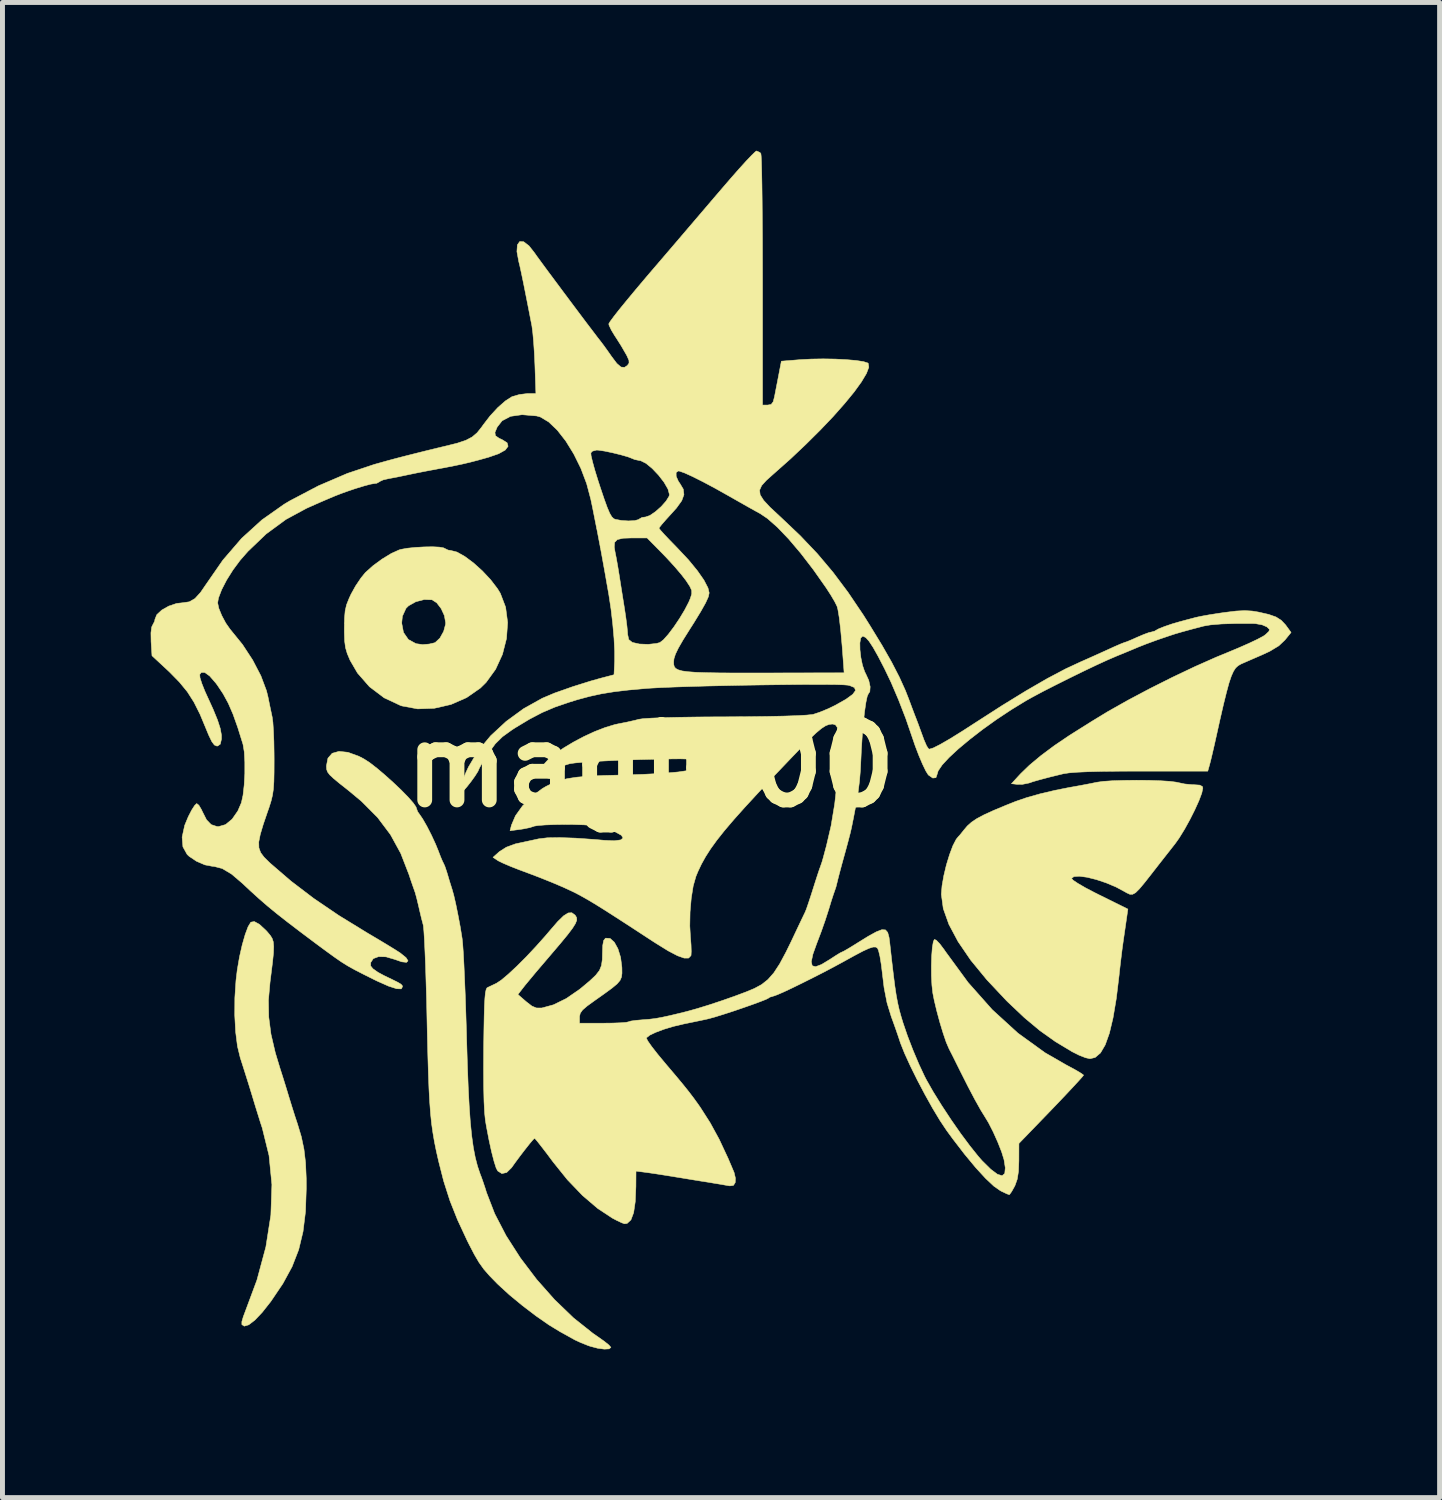
<source format=kicad_pcb>
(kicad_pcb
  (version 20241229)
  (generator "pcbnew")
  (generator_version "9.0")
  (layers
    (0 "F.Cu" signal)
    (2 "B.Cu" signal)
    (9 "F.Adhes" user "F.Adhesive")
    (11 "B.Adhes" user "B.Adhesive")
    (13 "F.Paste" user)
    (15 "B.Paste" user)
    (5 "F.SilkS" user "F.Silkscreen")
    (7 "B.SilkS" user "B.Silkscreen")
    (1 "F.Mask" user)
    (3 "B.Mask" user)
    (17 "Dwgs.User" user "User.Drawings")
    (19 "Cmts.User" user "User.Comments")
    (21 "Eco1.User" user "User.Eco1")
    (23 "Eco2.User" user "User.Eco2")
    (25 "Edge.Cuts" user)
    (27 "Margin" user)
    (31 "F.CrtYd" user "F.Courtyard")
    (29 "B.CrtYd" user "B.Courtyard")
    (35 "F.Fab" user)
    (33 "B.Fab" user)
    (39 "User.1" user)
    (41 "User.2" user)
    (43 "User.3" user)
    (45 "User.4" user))
  (footprint "magi600"
    (layer "F.Cu")
    (at 10.118 12.451)
    (property "Reference" "magi600" (at 0 0 0) (layer "F.SilkS") (effects (font (size 1.524 1.524) (thickness 0.3))))
    (attr through_hole)
    (fp_poly (pts (xy -7.917 3.207) (xy -7.784 3.33) (xy -7.749 3.369) (xy -7.697 3.432) (xy -7.66 3.491) (xy -7.637 3.561) (xy -7.629 3.654) (xy -7.633 3.784) (xy -7.651 3.963) (xy -7.681 4.206) (xy -7.703 4.381) (xy -7.735 4.741) (xy -7.729 5.082) (xy -7.684 5.429) (xy -7.596 5.806) (xy -7.502 6.117) (xy -7.446 6.292) (xy -7.381 6.501) (xy -7.324 6.689) (xy -7.264 6.884) (xy -7.2 7.087) (xy -7.147 7.247) (xy -7.069 7.507) (xy -7.016 7.759) (xy -6.984 8.031) (xy -6.97 8.346) (xy -6.969 8.551) (xy -6.985 9.019) (xy -7.035 9.426) (xy -7.123 9.792) (xy -7.257 10.136) (xy -7.443 10.478) (xy -7.686 10.838) (xy -7.693 10.847) (xy -7.863 11.062) (xy -8.011 11.218) (xy -8.134 11.312) (xy -8.225 11.339) (xy -8.273 11.307) (xy -8.273 11.248) (xy -8.243 11.145) (xy -8.228 11.106) (xy -7.968 10.407) (xy -7.787 9.735) (xy -7.686 9.091) (xy -7.665 8.474) (xy -7.723 7.885) (xy -7.861 7.325) (xy -7.876 7.281) (xy -7.902 7.201) (xy -7.946 7.059) (xy -8.003 6.876) (xy -8.065 6.671) (xy -8.066 6.668) (xy -8.135 6.443) (xy -8.205 6.221) (xy -8.266 6.029) (xy -8.306 5.905) (xy -8.362 5.674) (xy -8.399 5.381) (xy -8.417 5.047) (xy -8.415 4.695) (xy -8.392 4.345) (xy -8.366 4.127) (xy -8.321 3.866) (xy -8.266 3.623) (xy -8.206 3.413) (xy -8.147 3.255) (xy -8.092 3.164) (xy -8.091 3.163) (xy -8.021 3.15) (xy -7.917 3.207)) (stroke (width 0.01) (type solid)) (fill yes) (layer "F.SilkS"))
    (fp_poly (pts (xy -4.274 -4.428) (xy -4.19 -4.413) (xy -4.177 -4.406) (xy -4.099 -4.368) (xy -4.045 -4.36) (xy -3.919 -4.328) (xy -3.761 -4.239) (xy -3.585 -4.108) (xy -3.406 -3.947) (xy -3.239 -3.769) (xy -3.101 -3.589) (xy -3.042 -3.493) (xy -2.935 -3.213) (xy -2.894 -2.902) (xy -2.917 -2.578) (xy -2.999 -2.257) (xy -3.137 -1.956) (xy -3.328 -1.692) (xy -3.444 -1.577) (xy -3.724 -1.382) (xy -4.041 -1.243) (xy -4.378 -1.166) (xy -4.715 -1.154) (xy -5.032 -1.213) (xy -5.061 -1.222) (xy -5.394 -1.378) (xy -5.69 -1.602) (xy -5.933 -1.88) (xy -6.083 -2.138) (xy -6.14 -2.273) (xy -6.175 -2.393) (xy -6.193 -2.527) (xy -6.199 -2.705) (xy -6.199 -2.794) (xy -6.197 -2.891) (xy -5.038 -2.891) (xy -5.002 -2.701) (xy -4.903 -2.558) (xy -4.749 -2.474) (xy -4.615 -2.455) (xy -4.482 -2.466) (xy -4.375 -2.491) (xy -4.358 -2.499) (xy -4.265 -2.586) (xy -4.189 -2.722) (xy -4.15 -2.868) (xy -4.149 -2.899) (xy -4.174 -3.042) (xy -4.24 -3.185) (xy -4.329 -3.301) (xy -4.424 -3.362) (xy -4.424 -3.362) (xy -4.582 -3.367) (xy -4.754 -3.322) (xy -4.9 -3.24) (xy -4.951 -3.189) (xy -5.024 -3.029) (xy -5.038 -2.891) (xy -6.197 -2.891) (xy -6.195 -2.994) (xy -6.182 -3.14) (xy -6.154 -3.261) (xy -6.104 -3.387) (xy -6.064 -3.474) (xy -5.971 -3.642) (xy -5.862 -3.804) (xy -5.774 -3.912) (xy -5.618 -4.052) (xy -5.435 -4.186) (xy -5.25 -4.299) (xy -5.091 -4.371) (xy -5.059 -4.381) (xy -4.929 -4.405) (xy -4.763 -4.422) (xy -4.584 -4.432) (xy -4.413 -4.435) (xy -4.274 -4.428)) (stroke (width 0.01) (type solid)) (fill yes) (layer "F.SilkS"))
    (fp_poly (pts (xy 10.08 0.292) (xy 10.31 0.3) (xy 10.503 0.312) (xy 10.637 0.329) (xy 10.668 0.336) (xy 10.811 0.366) (xy 10.972 0.381) (xy 10.996 0.381) (xy 11.115 0.389) (xy 11.168 0.418) (xy 11.176 0.45) (xy 11.155 0.55) (xy 11.098 0.702) (xy 11.014 0.888) (xy 10.913 1.089) (xy 10.804 1.286) (xy 10.696 1.461) (xy 10.614 1.576) (xy 10.479 1.748) (xy 10.322 1.948) (xy 10.173 2.139) (xy 10.147 2.173) (xy 10 2.36) (xy 9.893 2.488) (xy 9.815 2.566) (xy 9.754 2.599) (xy 9.698 2.598) (xy 9.635 2.569) (xy 9.601 2.549) (xy 9.421 2.452) (xy 9.222 2.368) (xy 9.022 2.301) (xy 8.835 2.254) (xy 8.679 2.233) (xy 8.568 2.24) (xy 8.519 2.276) (xy 8.55 2.313) (xy 8.647 2.378) (xy 8.8 2.467) (xy 9.001 2.572) (xy 9.081 2.612) (xy 9.659 2.898) (xy 9.638 3.047) (xy 9.621 3.164) (xy 9.597 3.33) (xy 9.571 3.509) (xy 9.57 3.514) (xy 9.543 3.709) (xy 9.514 3.946) (xy 9.487 4.179) (xy 9.482 4.233) (xy 9.425 4.706) (xy 9.359 5.098) (xy 9.285 5.41) (xy 9.2 5.647) (xy 9.105 5.809) (xy 8.997 5.901) (xy 8.893 5.926) (xy 8.801 5.906) (xy 8.667 5.853) (xy 8.53 5.784) (xy 8.193 5.581) (xy 7.878 5.357) (xy 7.564 5.095) (xy 7.23 4.779) (xy 7.195 4.744) (xy 6.804 4.328) (xy 6.479 3.932) (xy 6.223 3.557) (xy 6.037 3.208) (xy 5.923 2.888) (xy 5.884 2.6) (xy 5.884 2.596) (xy 5.898 2.425) (xy 5.934 2.221) (xy 5.986 2.004) (xy 6.05 1.795) (xy 6.117 1.616) (xy 6.184 1.486) (xy 6.222 1.439) (xy 6.263 1.394) (xy 6.329 1.312) (xy 6.338 1.3) (xy 6.41 1.215) (xy 6.495 1.139) (xy 6.604 1.066) (xy 6.749 0.989) (xy 6.942 0.901) (xy 7.196 0.795) (xy 7.387 0.719) (xy 7.605 0.644) (xy 7.88 0.566) (xy 8.185 0.494) (xy 8.492 0.433) (xy 8.53 0.427) (xy 8.718 0.393) (xy 8.906 0.357) (xy 9.032 0.331) (xy 9.162 0.313) (xy 9.352 0.3) (xy 9.581 0.293) (xy 9.83 0.29) (xy 10.08 0.292)) (stroke (width 0.01) (type solid)) (fill yes) (layer "F.SilkS"))
    (fp_poly (pts (xy -6.126 -0.275) (xy -5.906 -0.195) (xy -5.804 -0.142) (xy -5.686 -0.066) (xy -5.539 0.048) (xy -5.375 0.187) (xy -5.206 0.339) (xy -5.046 0.491) (xy -4.908 0.632) (xy -4.804 0.75) (xy -4.748 0.832) (xy -4.741 0.854) (xy -4.716 0.925) (xy -4.684 0.97) (xy -4.616 1.069) (xy -4.529 1.22) (xy -4.437 1.4) (xy -4.353 1.582) (xy -4.299 1.714) (xy -4.25 1.842) (xy -4.209 1.938) (xy -4.193 1.968) (xy -4.164 2.032) (xy -4.126 2.145) (xy -4.109 2.201) (xy -4.067 2.343) (xy -4.028 2.467) (xy -4.018 2.498) (xy -3.984 2.619) (xy -3.942 2.802) (xy -3.897 3.025) (xy -3.852 3.264) (xy -3.815 3.493) (xy -3.804 3.6) (xy -3.791 3.782) (xy -3.778 4.026) (xy -3.765 4.321) (xy -3.751 4.657) (xy -3.739 5.022) (xy -3.727 5.405) (xy -3.725 5.503) (xy -3.709 6.036) (xy -3.692 6.492) (xy -3.672 6.881) (xy -3.649 7.211) (xy -3.621 7.489) (xy -3.588 7.725) (xy -3.549 7.927) (xy -3.503 8.103) (xy -3.449 8.263) (xy -3.427 8.319) (xy -3.396 8.406) (xy -3.351 8.539) (xy -3.321 8.636) (xy -3.156 9.063) (xy -2.925 9.508) (xy -2.638 9.956) (xy -2.308 10.392) (xy -1.945 10.802) (xy -1.562 11.171) (xy -1.169 11.484) (xy -1.065 11.556) (xy -0.939 11.645) (xy -0.846 11.72) (xy -0.805 11.767) (xy -0.804 11.77) (xy -0.841 11.799) (xy -0.937 11.804) (xy -1.071 11.786) (xy -1.223 11.746) (xy -1.27 11.73) (xy -1.41 11.674) (xy -1.534 11.617) (xy -1.566 11.599) (xy -1.674 11.539) (xy -1.805 11.466) (xy -1.83 11.453) (xy -2.058 11.314) (xy -2.321 11.131) (xy -2.594 10.923) (xy -2.856 10.707) (xy -3.081 10.501) (xy -3.107 10.476) (xy -3.258 10.321) (xy -3.375 10.187) (xy -3.473 10.05) (xy -3.568 9.888) (xy -3.677 9.678) (xy -3.713 9.606) (xy -3.908 9.187) (xy -4.062 8.799) (xy -4.188 8.405) (xy -4.291 8.001) (xy -4.337 7.798) (xy -4.375 7.611) (xy -4.406 7.429) (xy -4.433 7.241) (xy -4.454 7.037) (xy -4.471 6.806) (xy -4.486 6.538) (xy -4.498 6.223) (xy -4.509 5.851) (xy -4.52 5.41) (xy -4.526 5.122) (xy -4.534 4.739) (xy -4.545 4.377) (xy -4.555 4.047) (xy -4.567 3.758) (xy -4.578 3.521) (xy -4.589 3.344) (xy -4.599 3.238) (xy -4.603 3.217) (xy -4.637 3.088) (xy -4.676 2.924) (xy -4.696 2.836) (xy -4.731 2.69) (xy -4.764 2.568) (xy -4.781 2.519) (xy -4.812 2.432) (xy -4.858 2.299) (xy -4.89 2.201) (xy -5.057 1.771) (xy -5.265 1.391) (xy -5.525 1.045) (xy -5.85 0.718) (xy -6.114 0.498) (xy -6.294 0.356) (xy -6.417 0.254) (xy -6.495 0.181) (xy -6.538 0.124) (xy -6.557 0.071) (xy -6.561 0.012) (xy -6.561 -0.001) (xy -6.531 -0.156) (xy -6.445 -0.255) (xy -6.307 -0.294) (xy -6.126 -0.275)) (stroke (width 0.01) (type solid)) (fill yes) (layer "F.SilkS"))
    (fp_poly (pts (xy 2.212 -12.415) (xy 2.231 -12.393) (xy 2.237 -12.342) (xy 2.243 -12.214) (xy 2.248 -12.017) (xy 2.253 -11.757) (xy 2.257 -11.443) (xy 2.26 -11.082) (xy 2.263 -10.682) (xy 2.264 -10.25) (xy 2.265 -9.821) (xy 2.265 -7.303) (xy 2.369 -7.303) (xy 2.44 -7.316) (xy 2.481 -7.371) (xy 2.507 -7.472) (xy 2.533 -7.607) (xy 2.567 -7.781) (xy 2.593 -7.916) (xy 2.646 -8.191) (xy 3.027 -8.222) (xy 3.252 -8.234) (xy 3.494 -8.238) (xy 3.736 -8.234) (xy 3.964 -8.222) (xy 4.161 -8.205) (xy 4.309 -8.182) (xy 4.394 -8.155) (xy 4.404 -8.147) (xy 4.416 -8.069) (xy 4.368 -7.942) (xy 4.267 -7.773) (xy 4.118 -7.567) (xy 3.925 -7.332) (xy 3.695 -7.072) (xy 3.432 -6.796) (xy 3.142 -6.508) (xy 2.831 -6.214) (xy 2.503 -5.923) (xy 2.487 -5.909) (xy 2.342 -5.779) (xy 2.247 -5.674) (xy 2.205 -5.58) (xy 2.217 -5.485) (xy 2.287 -5.375) (xy 2.415 -5.237) (xy 2.606 -5.059) (xy 2.635 -5.032) (xy 3.028 -4.659) (xy 3.374 -4.295) (xy 3.691 -3.919) (xy 3.996 -3.512) (xy 4.305 -3.054) (xy 4.442 -2.836) (xy 4.683 -2.441) (xy 4.878 -2.099) (xy 5.033 -1.798) (xy 5.157 -1.524) (xy 5.225 -1.35) (xy 5.285 -1.189) (xy 5.337 -1.051) (xy 5.372 -0.961) (xy 5.375 -0.953) (xy 5.413 -0.854) (xy 5.458 -0.73) (xy 5.462 -0.72) (xy 5.533 -0.526) (xy 5.586 -0.404) (xy 5.625 -0.346) (xy 5.642 -0.339) (xy 5.72 -0.363) (xy 5.861 -0.434) (xy 6.06 -0.549) (xy 6.311 -0.705) (xy 6.562 -0.867) (xy 7.111 -1.22) (xy 7.599 -1.52) (xy 8.028 -1.768) (xy 8.401 -1.965) (xy 8.702 -2.105) (xy 8.847 -2.169) (xy 9.032 -2.252) (xy 9.22 -2.337) (xy 9.242 -2.347) (xy 9.393 -2.416) (xy 9.513 -2.468) (xy 9.582 -2.495) (xy 9.591 -2.498) (xy 9.64 -2.514) (xy 9.741 -2.556) (xy 9.846 -2.603) (xy 9.98 -2.66) (xy 10.086 -2.699) (xy 10.133 -2.709) (xy 10.205 -2.729) (xy 10.217 -2.738) (xy 10.28 -2.773) (xy 10.4 -2.821) (xy 10.555 -2.874) (xy 10.71 -2.919) (xy 10.855 -2.958) (xy 11.011 -2.999) (xy 11.028 -3.004) (xy 11.144 -3.029) (xy 11.317 -3.06) (xy 11.516 -3.091) (xy 11.621 -3.106) (xy 11.85 -3.134) (xy 12.026 -3.143) (xy 12.176 -3.134) (xy 12.298 -3.114) (xy 12.509 -3.066) (xy 12.657 -3.014) (xy 12.763 -2.947) (xy 12.849 -2.856) (xy 12.863 -2.837) (xy 12.962 -2.701) (xy 12.837 -2.547) (xy 12.713 -2.43) (xy 12.529 -2.319) (xy 12.378 -2.249) (xy 12.212 -2.177) (xy 12.065 -2.113) (xy 11.962 -2.068) (xy 11.945 -2.06) (xy 11.89 -2.028) (xy 11.841 -1.983) (xy 11.797 -1.916) (xy 11.753 -1.818) (xy 11.706 -1.679) (xy 11.655 -1.491) (xy 11.594 -1.245) (xy 11.522 -0.932) (xy 11.456 -0.635) (xy 11.41 -0.429) (xy 11.367 -0.243) (xy 11.332 -0.097) (xy 11.312 -0.021) (xy 11.276 0.106) (xy 9.924 0.106) (xy 9.491 0.107) (xy 9.137 0.111) (xy 8.853 0.118) (xy 8.632 0.128) (xy 8.469 0.141) (xy 8.357 0.158) (xy 8.34 0.162) (xy 8.078 0.226) (xy 7.885 0.277) (xy 7.744 0.317) (xy 7.656 0.347) (xy 7.526 0.373) (xy 7.423 0.374) (xy 7.303 0.36) (xy 7.489 0.158) (xy 7.667 -0.014) (xy 7.901 -0.209) (xy 8.173 -0.412) (xy 8.464 -0.609) (xy 8.543 -0.659) (xy 8.689 -0.751) (xy 8.82 -0.833) (xy 8.907 -0.888) (xy 8.908 -0.889) (xy 9.253 -1.099) (xy 9.657 -1.327) (xy 10.1 -1.562) (xy 10.56 -1.793) (xy 11.017 -2.01) (xy 11.45 -2.202) (xy 11.669 -2.292) (xy 11.899 -2.388) (xy 12.108 -2.48) (xy 12.281 -2.562) (xy 12.401 -2.626) (xy 12.445 -2.657) (xy 12.514 -2.723) (xy 12.524 -2.764) (xy 12.479 -2.808) (xy 12.47 -2.815) (xy 12.377 -2.855) (xy 12.244 -2.879) (xy 12.194 -2.882) (xy 11.848 -2.882) (xy 11.557 -2.873) (xy 11.331 -2.854) (xy 11.197 -2.831) (xy 10.952 -2.767) (xy 10.766 -2.716) (xy 10.618 -2.673) (xy 10.52 -2.641) (xy 10.261 -2.553) (xy 10.032 -2.469) (xy 9.857 -2.4) (xy 9.842 -2.393) (xy 9.739 -2.35) (xy 9.59 -2.288) (xy 9.425 -2.221) (xy 9.419 -2.218) (xy 9.247 -2.144) (xy 9.02 -2.04) (xy 8.756 -1.914) (xy 8.476 -1.777) (xy 8.198 -1.638) (xy 7.941 -1.507) (xy 7.726 -1.392) (xy 7.599 -1.321) (xy 7.298 -1.137) (xy 7.001 -0.94) (xy 6.719 -0.738) (xy 6.459 -0.537) (xy 6.23 -0.346) (xy 6.041 -0.171) (xy 5.901 -0.02) (xy 5.819 0.101) (xy 5.8 0.165) (xy 5.775 0.238) (xy 5.711 0.246) (xy 5.627 0.188) (xy 5.617 0.178) (xy 5.569 0.101) (xy 5.503 -0.036) (xy 5.428 -0.213) (xy 5.353 -0.409) (xy 5.29 -0.593) (xy 5.165 -0.957) (xy 5.019 -1.334) (xy 4.867 -1.69) (xy 4.734 -1.968) (xy 4.604 -2.219) (xy 4.502 -2.4) (xy 4.422 -2.522) (xy 4.359 -2.593) (xy 4.306 -2.623) (xy 4.288 -2.625) (xy 4.252 -2.587) (xy 4.235 -2.489) (xy 4.237 -2.351) (xy 4.255 -2.194) (xy 4.287 -2.039) (xy 4.332 -1.907) (xy 4.356 -1.859) (xy 4.415 -1.73) (xy 4.443 -1.602) (xy 4.436 -1.502) (xy 4.409 -1.464) (xy 4.384 -1.41) (xy 4.357 -1.283) (xy 4.33 -1.099) (xy 4.305 -0.869) (xy 4.283 -0.607) (xy 4.265 -0.326) (xy 4.257 -0.148) (xy 4.245 0.092) (xy 4.227 0.309) (xy 4.2 0.525) (xy 4.161 0.762) (xy 4.107 1.045) (xy 4.066 1.249) (xy 4.039 1.365) (xy 3.995 1.534) (xy 3.943 1.727) (xy 3.917 1.82) (xy 3.866 2.005) (xy 3.822 2.17) (xy 3.791 2.29) (xy 3.782 2.328) (xy 3.752 2.448) (xy 3.728 2.519) (xy 3.7 2.599) (xy 3.656 2.734) (xy 3.607 2.896) (xy 3.599 2.921) (xy 3.535 3.12) (xy 3.454 3.351) (xy 3.372 3.567) (xy 3.363 3.59) (xy 3.284 3.811) (xy 3.252 3.962) (xy 3.27 4.045) (xy 3.339 4.064) (xy 3.459 4.019) (xy 3.629 3.916) (xy 3.747 3.839) (xy 3.835 3.785) (xy 3.871 3.768) (xy 3.915 3.747) (xy 4.012 3.691) (xy 4.142 3.611) (xy 4.18 3.587) (xy 4.403 3.449) (xy 4.566 3.359) (xy 4.679 3.315) (xy 4.753 3.319) (xy 4.798 3.37) (xy 4.825 3.468) (xy 4.84 3.584) (xy 4.88 3.942) (xy 4.914 4.229) (xy 4.943 4.458) (xy 4.971 4.643) (xy 5 4.798) (xy 5.031 4.935) (xy 5.068 5.068) (xy 5.107 5.197) (xy 5.198 5.463) (xy 5.31 5.754) (xy 5.43 6.038) (xy 5.545 6.284) (xy 5.578 6.348) (xy 5.716 6.591) (xy 5.887 6.867) (xy 6.077 7.156) (xy 6.274 7.439) (xy 6.465 7.695) (xy 6.635 7.907) (xy 6.708 7.99) (xy 6.884 8.164) (xy 7.019 8.265) (xy 7.114 8.294) (xy 7.167 8.25) (xy 7.178 8.134) (xy 7.153 7.972) (xy 7.105 7.815) (xy 7.027 7.617) (xy 6.934 7.409) (xy 6.838 7.221) (xy 6.772 7.112) (xy 6.68 6.963) (xy 6.562 6.752) (xy 6.425 6.492) (xy 6.277 6.199) (xy 6.268 6.181) (xy 6.183 6.01) (xy 6.107 5.857) (xy 6.05 5.746) (xy 6.035 5.715) (xy 5.982 5.592) (xy 5.92 5.409) (xy 5.854 5.192) (xy 5.792 4.962) (xy 5.74 4.745) (xy 5.711 4.597) (xy 5.693 4.438) (xy 5.683 4.247) (xy 5.682 4.043) (xy 5.688 3.847) (xy 5.701 3.679) (xy 5.721 3.56) (xy 5.742 3.513) (xy 5.781 3.527) (xy 5.852 3.601) (xy 5.943 3.722) (xy 5.963 3.752) (xy 6.425 4.383) (xy 6.914 4.934) (xy 7.433 5.408) (xy 7.982 5.805) (xy 8.414 6.054) (xy 8.566 6.135) (xy 8.684 6.203) (xy 8.752 6.249) (xy 8.762 6.26) (xy 8.733 6.297) (xy 8.654 6.385) (xy 8.533 6.516) (xy 8.378 6.681) (xy 8.198 6.87) (xy 8.108 6.964) (xy 7.454 7.641) (xy 7.453 7.992) (xy 7.445 8.206) (xy 7.42 8.364) (xy 7.375 8.491) (xy 7.365 8.511) (xy 7.309 8.612) (xy 7.267 8.671) (xy 7.258 8.678) (xy 7.21 8.661) (xy 7.116 8.617) (xy 7.079 8.598) (xy 6.947 8.506) (xy 6.779 8.348) (xy 6.579 8.13) (xy 6.355 7.86) (xy 6.112 7.544) (xy 5.99 7.377) (xy 5.856 7.176) (xy 5.706 6.927) (xy 5.55 6.647) (xy 5.397 6.357) (xy 5.257 6.074) (xy 5.14 5.818) (xy 5.056 5.607) (xy 5.036 5.546) (xy 5.007 5.459) (xy 4.958 5.317) (xy 4.897 5.147) (xy 4.872 5.08) (xy 4.785 4.797) (xy 4.725 4.489) (xy 4.694 4.233) (xy 4.669 4.027) (xy 4.641 3.855) (xy 4.612 3.735) (xy 4.591 3.688) (xy 4.556 3.666) (xy 4.503 3.666) (xy 4.42 3.692) (xy 4.297 3.748) (xy 4.123 3.84) (xy 3.895 3.966) (xy 3.714 4.064) (xy 3.508 4.173) (xy 3.288 4.285) (xy 3.07 4.394) (xy 2.868 4.493) (xy 2.696 4.574) (xy 2.567 4.63) (xy 2.497 4.656) (xy 2.491 4.657) (xy 2.408 4.682) (xy 2.39 4.697) (xy 2.336 4.725) (xy 2.219 4.771) (xy 2.056 4.831) (xy 1.865 4.898) (xy 1.663 4.967) (xy 1.468 5.03) (xy 1.297 5.083) (xy 1.168 5.118) (xy 1.143 5.124) (xy 1.028 5.149) (xy 0.864 5.183) (xy 0.684 5.22) (xy 0.665 5.224) (xy 0.462 5.272) (xy 0.27 5.33) (xy 0.104 5.392) (xy -0.018 5.45) (xy -0.08 5.499) (xy -0.085 5.512) (xy -0.057 5.568) (xy 0.02 5.678) (xy 0.141 5.833) (xy 0.298 6.022) (xy 0.324 6.053) (xy 0.514 6.277) (xy 0.661 6.454) (xy 0.777 6.599) (xy 0.875 6.728) (xy 0.968 6.857) (xy 1.012 6.921) (xy 1.205 7.223) (xy 1.387 7.556) (xy 1.567 7.941) (xy 1.689 8.228) (xy 1.716 8.343) (xy 1.712 8.433) (xy 1.676 8.49) (xy 1.604 8.5) (xy 1.552 8.492) (xy 1.435 8.471) (xy 1.276 8.445) (xy 1.164 8.426) (xy 1.003 8.401) (xy 0.796 8.367) (xy 0.578 8.331) (xy 0.508 8.32) (xy 0.305 8.287) (xy 0.108 8.256) (xy -0.05 8.233) (xy -0.095 8.227) (xy -0.296 8.201) (xy -0.298 8.514) (xy -0.311 8.818) (xy -0.344 9.043) (xy -0.399 9.189) (xy -0.476 9.26) (xy -0.529 9.267) (xy -0.587 9.246) (xy -0.692 9.196) (xy -0.777 9.151) (xy -1.071 8.957) (xy -1.378 8.695) (xy -1.684 8.376) (xy -1.972 8.018) (xy -2.101 7.845) (xy -2.213 7.7) (xy -2.296 7.594) (xy -2.343 7.54) (xy -2.349 7.535) (xy -2.382 7.567) (xy -2.452 7.65) (xy -2.545 7.768) (xy -2.65 7.905) (xy -2.752 8.043) (xy -2.815 8.132) (xy -2.913 8.229) (xy -3.011 8.251) (xy -3.094 8.198) (xy -3.126 8.139) (xy -3.169 8.004) (xy -3.22 7.806) (xy -3.272 7.567) (xy -3.322 7.306) (xy -3.344 7.176) (xy -3.36 7.022) (xy -3.372 6.792) (xy -3.379 6.491) (xy -3.381 6.126) (xy -3.379 5.706) (xy -3.379 5.698) (xy -3.374 5.344) (xy -3.369 5.066) (xy -3.363 4.854) (xy -3.354 4.7) (xy -3.344 4.595) (xy -3.33 4.53) (xy -3.314 4.495) (xy -3.302 4.486) (xy -3.218 4.446) (xy -3.119 4.399) (xy -3.021 4.334) (xy -2.88 4.215) (xy -2.708 4.055) (xy -2.518 3.865) (xy -2.322 3.656) (xy -2.13 3.441) (xy -2.039 3.334) (xy -1.881 3.151) (xy -1.761 3.034) (xy -1.668 2.976) (xy -1.595 2.972) (xy -1.532 3.017) (xy -1.523 3.028) (xy -1.498 3.071) (xy -1.495 3.122) (xy -1.522 3.191) (xy -1.582 3.287) (xy -1.682 3.419) (xy -1.828 3.596) (xy -2.01 3.81) (xy -2.172 4) (xy -2.324 4.178) (xy -2.451 4.331) (xy -2.543 4.442) (xy -2.575 4.483) (xy -2.686 4.626) (xy -2.518 4.772) (xy -2.403 4.861) (xy -2.312 4.899) (xy -2.21 4.9) (xy -2.2 4.899) (xy -1.966 4.835) (xy -1.707 4.708) (xy -1.443 4.526) (xy -1.411 4.501) (xy -1.233 4.352) (xy -1.111 4.237) (xy -1.035 4.139) (xy -0.995 4.039) (xy -0.978 3.92) (xy -0.975 3.798) (xy -0.969 3.632) (xy -0.951 3.534) (xy -0.916 3.49) (xy -0.91 3.486) (xy -0.82 3.492) (xy -0.735 3.568) (xy -0.662 3.7) (xy -0.608 3.874) (xy -0.582 4.074) (xy -0.581 4.101) (xy -0.58 4.198) (xy -0.59 4.274) (xy -0.619 4.342) (xy -0.679 4.412) (xy -0.78 4.496) (xy -0.93 4.606) (xy -1.132 4.749) (xy -1.284 4.859) (xy -1.377 4.939) (xy -1.424 5.005) (xy -1.439 5.07) (xy -1.439 5.085) (xy -1.439 5.207) (xy -0.96 5.207) (xy -0.766 5.205) (xy -0.605 5.199) (xy -0.495 5.19) (xy -0.453 5.181) (xy -0.4 5.164) (xy -0.288 5.149) (xy -0.161 5.138) (xy -0.03 5.128) (xy 0.093 5.113) (xy 0.227 5.089) (xy 0.393 5.053) (xy 0.61 5.001) (xy 0.741 4.968) (xy 0.942 4.912) (xy 1.188 4.836) (xy 1.453 4.748) (xy 1.711 4.657) (xy 1.938 4.572) (xy 2.101 4.504) (xy 2.247 4.425) (xy 2.374 4.324) (xy 2.493 4.189) (xy 2.612 4.007) (xy 2.741 3.766) (xy 2.841 3.562) (xy 2.935 3.363) (xy 3.018 3.188) (xy 3.083 3.052) (xy 3.121 2.973) (xy 3.126 2.963) (xy 3.153 2.897) (xy 3.196 2.771) (xy 3.25 2.607) (xy 3.278 2.519) (xy 3.334 2.342) (xy 3.384 2.188) (xy 3.42 2.081) (xy 3.431 2.053) (xy 3.469 1.943) (xy 3.492 1.863) (xy 3.523 1.747) (xy 3.559 1.613) (xy 3.56 1.609) (xy 3.652 1.214) (xy 3.726 0.766) (xy 3.778 0.294) (xy 3.804 -0.172) (xy 3.807 -0.303) (xy 3.806 -0.529) (xy 3.797 -0.684) (xy 3.777 -0.779) (xy 3.743 -0.829) (xy 3.692 -0.846) (xy 3.676 -0.847) (xy 3.61 -0.839) (xy 3.54 -0.812) (xy 3.457 -0.758) (xy 3.35 -0.669) (xy 3.212 -0.537) (xy 3.033 -0.356) (xy 2.877 -0.194) (xy 2.501 0.2) (xy 2.18 0.541) (xy 1.909 0.835) (xy 1.682 1.089) (xy 1.494 1.31) (xy 1.34 1.504) (xy 1.215 1.677) (xy 1.113 1.836) (xy 1.029 1.987) (xy 0.958 2.137) (xy 0.917 2.236) (xy 0.862 2.428) (xy 0.822 2.678) (xy 0.798 2.957) (xy 0.793 3.24) (xy 0.805 3.457) (xy 0.818 3.621) (xy 0.822 3.754) (xy 0.818 3.833) (xy 0.816 3.84) (xy 0.769 3.889) (xy 0.68 3.89) (xy 0.544 3.842) (xy 0.355 3.743) (xy 0.108 3.59) (xy 0.064 3.562) (xy -0.282 3.336) (xy -0.565 3.152) (xy -0.796 3.003) (xy -0.983 2.884) (xy -1.135 2.79) (xy -1.262 2.714) (xy -1.371 2.652) (xy -1.472 2.597) (xy -1.575 2.545) (xy -1.587 2.539) (xy -1.766 2.456) (xy -1.994 2.359) (xy -2.241 2.26) (xy -2.451 2.18) (xy -2.658 2.103) (xy -2.844 2.03) (xy -2.99 1.967) (xy -3.078 1.924) (xy -3.084 1.921) (xy -3.19 1.851) (xy -3.061 1.735) (xy -2.921 1.646) (xy -2.74 1.579) (xy -2.704 1.571) (xy -2.523 1.532) (xy -2.333 1.491) (xy -2.265 1.476) (xy -2.09 1.455) (xy -1.839 1.451) (xy -1.519 1.462) (xy -1.135 1.489) (xy -0.94 1.506) (xy -0.734 1.515) (xy -0.606 1.498) (xy -0.558 1.46) (xy -0.591 1.405) (xy -0.707 1.34) (xy -0.882 1.275) (xy -1.027 1.235) (xy -1.175 1.208) (xy -1.349 1.193) (xy -1.571 1.186) (xy -1.729 1.185) (xy -1.944 1.188) (xy -2.133 1.195) (xy -2.276 1.206) (xy -2.357 1.219) (xy -2.363 1.222) (xy -2.446 1.249) (xy -2.575 1.275) (xy -2.64 1.285) (xy -2.845 1.312) (xy -2.817 1.2) (xy -2.736 1.01) (xy -2.593 0.81) (xy -2.406 0.62) (xy -2.193 0.46) (xy -2.117 0.415) (xy -1.981 0.348) (xy -1.841 0.296) (xy -1.682 0.257) (xy -1.49 0.228) (xy -1.253 0.208) (xy -0.956 0.194) (xy -0.635 0.186) (xy -0.155 0.171) (xy 0.241 0.151) (xy 0.557 0.123) (xy 0.794 0.088) (xy 0.953 0.046) (xy 1.037 -0.004) (xy 1.047 -0.061) (xy 1.021 -0.097) (xy 0.956 -0.122) (xy 0.819 -0.137) (xy 0.604 -0.143) (xy 0.453 -0.142) (xy 0.116 -0.136) (xy -0.222 -0.128) (xy -0.55 -0.117) (xy -0.856 -0.104) (xy -1.129 -0.09) (xy -1.357 -0.075) (xy -1.53 -0.06) (xy -1.635 -0.045) (xy -1.659 -0.038) (xy -1.762 -0.006) (xy -1.818 0) (xy -1.928 0.023) (xy -1.985 0.049) (xy -2.079 0.078) (xy -2.133 0.071) (xy -2.174 0.026) (xy -2.147 -0.047) (xy -2.062 -0.14) (xy -1.931 -0.247) (xy -1.762 -0.362) (xy -1.567 -0.479) (xy -1.355 -0.592) (xy -1.137 -0.693) (xy -0.923 -0.776) (xy -0.723 -0.837) (xy -0.642 -0.854) (xy -0.474 -0.887) (xy -0.311 -0.924) (xy -0.241 -0.943) (xy -0.151 -0.956) (xy 0.019 -0.967) (xy 0.263 -0.977) (xy 0.577 -0.984) (xy 0.957 -0.99) (xy 1.396 -0.993) (xy 1.516 -0.993) (xy 1.964 -0.996) (xy 2.358 -1.001) (xy 2.692 -1.008) (xy 2.96 -1.017) (xy 3.156 -1.028) (xy 3.275 -1.04) (xy 3.294 -1.044) (xy 3.429 -1.089) (xy 3.598 -1.159) (xy 3.738 -1.227) (xy 3.954 -1.349) (xy 4.09 -1.448) (xy 4.147 -1.526) (xy 4.125 -1.586) (xy 4.026 -1.627) (xy 3.992 -1.634) (xy 3.907 -1.641) (xy 3.749 -1.646) (xy 3.528 -1.648) (xy 3.254 -1.648) (xy 2.939 -1.647) (xy 2.593 -1.643) (xy 2.226 -1.638) (xy 1.851 -1.632) (xy 1.476 -1.624) (xy 1.114 -1.616) (xy 0.775 -1.606) (xy 0.47 -1.596) (xy 0.209 -1.585) (xy 0.003 -1.574) (xy -0.085 -1.568) (xy -0.443 -1.536) (xy -0.739 -1.501) (xy -0.996 -1.459) (xy -1.235 -1.407) (xy -1.48 -1.341) (xy -1.651 -1.288) (xy -1.937 -1.19) (xy -2.195 -1.08) (xy -2.451 -0.946) (xy -2.737 -0.774) (xy -2.808 -0.728) (xy -2.998 -0.591) (xy -3.144 -0.447) (xy -3.28 -0.259) (xy -3.285 -0.253) (xy -3.371 -0.117) (xy -3.436 -0.01) (xy -3.469 0.05) (xy -3.471 0.056) (xy -3.495 0.111) (xy -3.555 0.206) (xy -3.635 0.317) (xy -3.718 0.423) (xy -3.787 0.501) (xy -3.825 0.529) (xy -3.857 0.507) (xy -3.854 0.438) (xy -3.814 0.312) (xy -3.734 0.124) (xy -3.686 0.021) (xy -3.497 -0.298) (xy -3.238 -0.609) (xy -2.924 -0.9) (xy -2.571 -1.158) (xy -2.193 -1.369) (xy -1.947 -1.473) (xy -1.575 -1.604) (xy -1.215 -1.717) (xy -1.016 -1.773) (xy -0.741 -1.845) (xy -0.728 -2.118) (xy -0.728 -2.321) (xy -0.741 -2.581) (xy -0.767 -2.874) (xy -0.802 -3.175) (xy -0.845 -3.458) (xy -0.851 -3.493) (xy -0.884 -3.679) (xy -0.918 -3.875) (xy -0.935 -3.969) (xy -1.003 -4.345) (xy -1.019 -4.429) (xy -0.736 -4.429) (xy -0.721 -4.338) (xy -0.695 -4.207) (xy -0.664 -4.032) (xy -0.638 -3.873) (xy -0.609 -3.688) (xy -0.573 -3.461) (xy -0.537 -3.236) (xy -0.529 -3.186) (xy -0.501 -2.997) (xy -0.479 -2.826) (xy -0.467 -2.699) (xy -0.466 -2.666) (xy -0.443 -2.557) (xy -0.37 -2.499) (xy -0.228 -2.467) (xy -0.049 -2.46) (xy 0.119 -2.478) (xy 0.188 -2.497) (xy 0.259 -2.552) (xy 0.358 -2.663) (xy 0.471 -2.813) (xy 0.586 -2.984) (xy 0.69 -3.157) (xy 0.772 -3.315) (xy 0.804 -3.391) (xy 0.832 -3.481) (xy 0.831 -3.552) (xy 0.794 -3.633) (xy 0.717 -3.751) (xy 0.624 -3.871) (xy 0.492 -4.027) (xy 0.341 -4.192) (xy 0.251 -4.286) (xy -0.072 -4.614) (xy -0.37 -4.614) (xy -0.557 -4.608) (xy -0.673 -4.581) (xy -0.729 -4.524) (xy -0.736 -4.429) (xy -1.019 -4.429) (xy -1.085 -4.774) (xy -1.093 -4.811) (xy 0.169 -4.811) (xy 0.197 -4.773) (xy 0.274 -4.687) (xy 0.389 -4.566) (xy 0.53 -4.421) (xy 0.552 -4.398) (xy 0.767 -4.169) (xy 0.945 -3.952) (xy 1.079 -3.76) (xy 1.161 -3.602) (xy 1.185 -3.501) (xy 1.168 -3.422) (xy 1.113 -3.3) (xy 1.016 -3.127) (xy 0.875 -2.896) (xy 0.794 -2.769) (xy 0.656 -2.549) (xy 0.561 -2.384) (xy 0.502 -2.261) (xy 0.472 -2.167) (xy 0.466 -2.103) (xy 0.468 -2.051) (xy 0.479 -2.008) (xy 0.507 -1.973) (xy 0.558 -1.945) (xy 0.638 -1.922) (xy 0.756 -1.906) (xy 0.918 -1.894) (xy 1.131 -1.887) (xy 1.402 -1.882) (xy 1.738 -1.88) (xy 2.146 -1.88) (xy 2.54 -1.881) (xy 3.916 -1.884) (xy 3.907 -2.011) (xy 3.876 -2.425) (xy 3.846 -2.756) (xy 3.817 -3.003) (xy 3.79 -3.166) (xy 3.773 -3.23) (xy 3.726 -3.324) (xy 3.647 -3.458) (xy 3.552 -3.605) (xy 3.548 -3.611) (xy 3.292 -3.974) (xy 3.038 -4.304) (xy 2.794 -4.592) (xy 2.567 -4.829) (xy 2.365 -5.007) (xy 2.218 -5.106) (xy 2.116 -5.162) (xy 1.962 -5.248) (xy 1.777 -5.353) (xy 1.587 -5.461) (xy 1.311 -5.616) (xy 1.062 -5.749) (xy 0.851 -5.855) (xy 0.688 -5.929) (xy 0.583 -5.966) (xy 0.561 -5.969) (xy 0.516 -5.938) (xy 0.517 -5.861) (xy 0.562 -5.759) (xy 0.593 -5.715) (xy 0.661 -5.601) (xy 0.674 -5.49) (xy 0.63 -5.368) (xy 0.523 -5.219) (xy 0.423 -5.108) (xy 0.31 -4.984) (xy 0.222 -4.883) (xy 0.174 -4.821) (xy 0.169 -4.811) (xy -1.093 -4.811) (xy -1.176 -5.23) (xy -1.211 -5.397) (xy -1.295 -5.713) (xy -1.412 -6.022) (xy -1.556 -6.314) (xy -1.569 -6.335) (xy -1.21 -6.335) (xy -1.205 -6.277) (xy -1.176 -6.154) (xy -1.128 -5.981) (xy -1.064 -5.774) (xy -1.023 -5.648) (xy -0.941 -5.404) (xy -0.878 -5.23) (xy -0.828 -5.113) (xy -0.786 -5.042) (xy -0.746 -5.003) (xy -0.714 -4.99) (xy -0.589 -4.967) (xy -0.45 -4.958) (xy -0.326 -4.964) (xy -0.245 -4.985) (xy -0.233 -4.995) (xy -0.175 -5.028) (xy -0.102 -5.038) (xy -0.015 -5.068) (xy 0.099 -5.146) (xy 0.216 -5.25) (xy 0.314 -5.361) (xy 0.373 -5.457) (xy 0.381 -5.492) (xy 0.351 -5.603) (xy 0.272 -5.74) (xy 0.16 -5.885) (xy 0.033 -6.019) (xy -0.093 -6.123) (xy -0.201 -6.177) (xy -0.229 -6.181) (xy -0.324 -6.201) (xy -0.371 -6.221) (xy -0.459 -6.255) (xy -0.602 -6.296) (xy -0.769 -6.337) (xy -0.93 -6.371) (xy -1.057 -6.39) (xy -1.094 -6.392) (xy -1.178 -6.37) (xy -1.21 -6.335) (xy -1.569 -6.335) (xy -1.717 -6.575) (xy -1.889 -6.795) (xy -2.063 -6.961) (xy -2.232 -7.062) (xy -2.308 -7.083) (xy -2.602 -7.108) (xy -2.835 -7.075) (xy -3.006 -6.985) (xy -3.106 -6.857) (xy -3.151 -6.748) (xy -3.141 -6.682) (xy -3.065 -6.63) (xy -3.007 -6.604) (xy -2.905 -6.54) (xy -2.885 -6.469) (xy -2.942 -6.393) (xy -3.076 -6.318) (xy -3.281 -6.247) (xy -3.481 -6.191) (xy -3.649 -6.147) (xy -3.81 -6.109) (xy -3.991 -6.071) (xy -4.219 -6.027) (xy -4.318 -6.009) (xy -4.53 -5.969) (xy -4.729 -5.93) (xy -4.889 -5.897) (xy -4.974 -5.879) (xy -5.132 -5.846) (xy -5.291 -5.816) (xy -5.303 -5.814) (xy -5.412 -5.789) (xy -5.48 -5.758) (xy -5.486 -5.752) (xy -5.542 -5.721) (xy -5.59 -5.715) (xy -5.667 -5.702) (xy -5.798 -5.667) (xy -5.959 -5.618) (xy -5.999 -5.605) (xy -6.14 -5.557) (xy -6.262 -5.513) (xy -6.386 -5.465) (xy -6.528 -5.405) (xy -6.71 -5.327) (xy -6.948 -5.221) (xy -6.964 -5.214) (xy -7.38 -4.989) (xy -7.782 -4.694) (xy -8.152 -4.34) (xy -8.311 -4.158) (xy -8.454 -3.965) (xy -8.582 -3.761) (xy -8.682 -3.567) (xy -8.746 -3.4) (xy -8.763 -3.3) (xy -8.74 -3.19) (xy -8.68 -3.043) (xy -8.599 -2.891) (xy -8.511 -2.765) (xy -8.499 -2.751) (xy -8.261 -2.458) (xy -8.054 -2.142) (xy -7.888 -1.823) (xy -7.775 -1.522) (xy -7.745 -1.401) (xy -7.71 -1.229) (xy -7.674 -1.058) (xy -7.659 -0.987) (xy -7.645 -0.883) (xy -7.634 -0.714) (xy -7.625 -0.499) (xy -7.621 -0.258) (xy -7.62 -0.131) (xy -7.621 0.127) (xy -7.625 0.321) (xy -7.635 0.47) (xy -7.653 0.592) (xy -7.681 0.709) (xy -7.722 0.84) (xy -7.75 0.919) (xy -7.841 1.186) (xy -7.901 1.388) (xy -7.931 1.54) (xy -7.928 1.658) (xy -7.893 1.755) (xy -7.825 1.846) (xy -7.723 1.947) (xy -7.699 1.97) (xy -7.277 2.333) (xy -6.819 2.682) (xy -6.311 3.027) (xy -5.737 3.379) (xy -5.717 3.391) (xy -5.519 3.508) (xy -5.333 3.62) (xy -5.178 3.715) (xy -5.075 3.781) (xy -5.069 3.785) (xy -4.951 3.88) (xy -4.91 3.945) (xy -4.94 3.976) (xy -5.038 3.965) (xy -5.179 3.916) (xy -5.356 3.864) (xy -5.505 3.86) (xy -5.613 3.9) (xy -5.666 3.981) (xy -5.666 4.049) (xy -5.621 4.105) (xy -5.519 4.177) (xy -5.397 4.243) (xy -5.227 4.325) (xy -5.118 4.379) (xy -5.057 4.415) (xy -5.03 4.441) (xy -5.022 4.465) (xy -5.021 4.467) (xy -5.047 4.513) (xy -5.14 4.51) (xy -5.302 4.458) (xy -5.532 4.356) (xy -5.6 4.323) (xy -5.818 4.214) (xy -5.987 4.127) (xy -6.129 4.048) (xy -6.262 3.965) (xy -6.406 3.865) (xy -6.581 3.738) (xy -6.77 3.598) (xy -7.086 3.361) (xy -7.347 3.162) (xy -7.566 2.99) (xy -7.756 2.834) (xy -7.93 2.683) (xy -8.103 2.526) (xy -8.264 2.375) (xy -8.481 2.19) (xy -8.67 2.077) (xy -8.84 2.033) (xy -8.869 2.032) (xy -9.021 2.003) (xy -9.191 1.93) (xy -9.34 1.83) (xy -9.381 1.791) (xy -9.466 1.638) (xy -9.482 1.441) (xy -9.43 1.203) (xy -9.357 1.027) (xy -9.289 0.895) (xy -9.228 0.8) (xy -9.187 0.762) (xy -9.186 0.762) (xy -9.142 0.798) (xy -9.09 0.886) (xy -9.074 0.921) (xy -8.988 1.091) (xy -8.894 1.188) (xy -8.779 1.226) (xy -8.744 1.228) (xy -8.604 1.188) (xy -8.47 1.078) (xy -8.354 0.911) (xy -8.282 0.744) (xy -8.249 0.593) (xy -8.226 0.388) (xy -8.213 0.156) (xy -8.213 -0.077) (xy -8.224 -0.282) (xy -8.249 -0.433) (xy -8.251 -0.441) (xy -8.356 -0.777) (xy -8.452 -1.047) (xy -8.548 -1.268) (xy -8.652 -1.459) (xy -8.77 -1.636) (xy -8.8 -1.676) (xy -8.924 -1.819) (xy -9.024 -1.891) (xy -9.096 -1.89) (xy -9.126 -1.848) (xy -9.12 -1.783) (xy -9.082 -1.664) (xy -9.021 -1.511) (xy -8.985 -1.432) (xy -8.856 -1.149) (xy -8.765 -0.927) (xy -8.71 -0.756) (xy -8.686 -0.623) (xy -8.686 -0.542) (xy -8.71 -0.44) (xy -8.763 -0.403) (xy -8.78 -0.402) (xy -8.829 -0.423) (xy -8.882 -0.494) (xy -8.946 -0.627) (xy -8.993 -0.741) (xy -9.12 -1.046) (xy -9.243 -1.291) (xy -9.377 -1.501) (xy -9.538 -1.697) (xy -9.74 -1.903) (xy -9.814 -1.972) (xy -10.092 -2.23) (xy -10.11 -2.515) (xy -10.113 -2.693) (xy -10.098 -2.811) (xy -10.08 -2.848) (xy -10.037 -2.931) (xy -10.033 -2.964) (xy -9.995 -3.06) (xy -9.894 -3.154) (xy -9.753 -3.234) (xy -9.594 -3.288) (xy -9.469 -3.302) (xy -9.337 -3.321) (xy -9.222 -3.387) (xy -9.109 -3.511) (xy -9.014 -3.65) (xy -8.658 -4.164) (xy -8.279 -4.604) (xy -7.868 -4.978) (xy -7.417 -5.296) (xy -7.303 -5.364) (xy -6.724 -5.668) (xy -6.139 -5.919) (xy -5.599 -6.1) (xy -5.46 -6.139) (xy -5.31 -6.181) (xy -5.302 -6.183) (xy -5.172 -6.218) (xy -4.984 -6.267) (xy -4.762 -6.323) (xy -4.53 -6.381) (xy -4.313 -6.434) (xy -4.149 -6.473) (xy -3.912 -6.532) (xy -3.739 -6.59) (xy -3.612 -6.657) (xy -3.511 -6.743) (xy -3.417 -6.861) (xy -3.39 -6.9) (xy -3.25 -7.082) (xy -3.094 -7.251) (xy -2.939 -7.387) (xy -2.807 -7.472) (xy -2.799 -7.475) (xy -2.656 -7.516) (xy -2.501 -7.535) (xy -2.489 -7.535) (xy -2.322 -7.535) (xy -2.342 -8.117) (xy -2.353 -8.352) (xy -2.368 -8.577) (xy -2.385 -8.767) (xy -2.402 -8.899) (xy -2.404 -8.911) (xy -2.43 -9.043) (xy -2.466 -9.229) (xy -2.508 -9.442) (xy -2.537 -9.588) (xy -2.578 -9.794) (xy -2.618 -9.985) (xy -2.651 -10.136) (xy -2.669 -10.207) (xy -2.706 -10.409) (xy -2.697 -10.545) (xy -2.649 -10.613) (xy -2.569 -10.608) (xy -2.463 -10.527) (xy -2.354 -10.389) (xy -2.304 -10.318) (xy -2.211 -10.191) (xy -2.086 -10.021) (xy -1.937 -9.821) (xy -1.774 -9.602) (xy -1.606 -9.377) (xy -1.442 -9.158) (xy -1.291 -8.957) (xy -1.162 -8.788) (xy -1.066 -8.661) (xy -1.013 -8.594) (xy -0.94 -8.497) (xy -0.847 -8.367) (xy -0.792 -8.288) (xy -0.684 -8.145) (xy -0.599 -8.072) (xy -0.528 -8.066) (xy -0.471 -8.104) (xy -0.437 -8.152) (xy -0.439 -8.208) (xy -0.48 -8.301) (xy -0.507 -8.349) (xy -0.596 -8.503) (xy -0.698 -8.664) (xy -0.727 -8.707) (xy -0.796 -8.822) (xy -0.84 -8.915) (xy -0.847 -8.946) (xy -0.82 -8.993) (xy -0.745 -9.095) (xy -0.628 -9.244) (xy -0.475 -9.431) (xy -0.295 -9.648) (xy -0.094 -9.886) (xy -0.032 -9.959) (xy 0.22 -10.253) (xy 0.494 -10.573) (xy 0.774 -10.901) (xy 1.044 -11.217) (xy 1.287 -11.502) (xy 1.438 -11.678) (xy 1.624 -11.894) (xy 1.793 -12.086) (xy 1.938 -12.246) (xy 2.051 -12.364) (xy 2.123 -12.433) (xy 2.144 -12.446) (xy 2.212 -12.415)) (stroke (width 0.01) (type solid)) (fill yes) (layer "F.SilkS")))
  (gr_rect
    (start -3 -3)
    (end 26.086 27.26)
    (stroke (width 0.1) (type default))
    (fill no)
    (layer "Edge.Cuts")))
</source>
